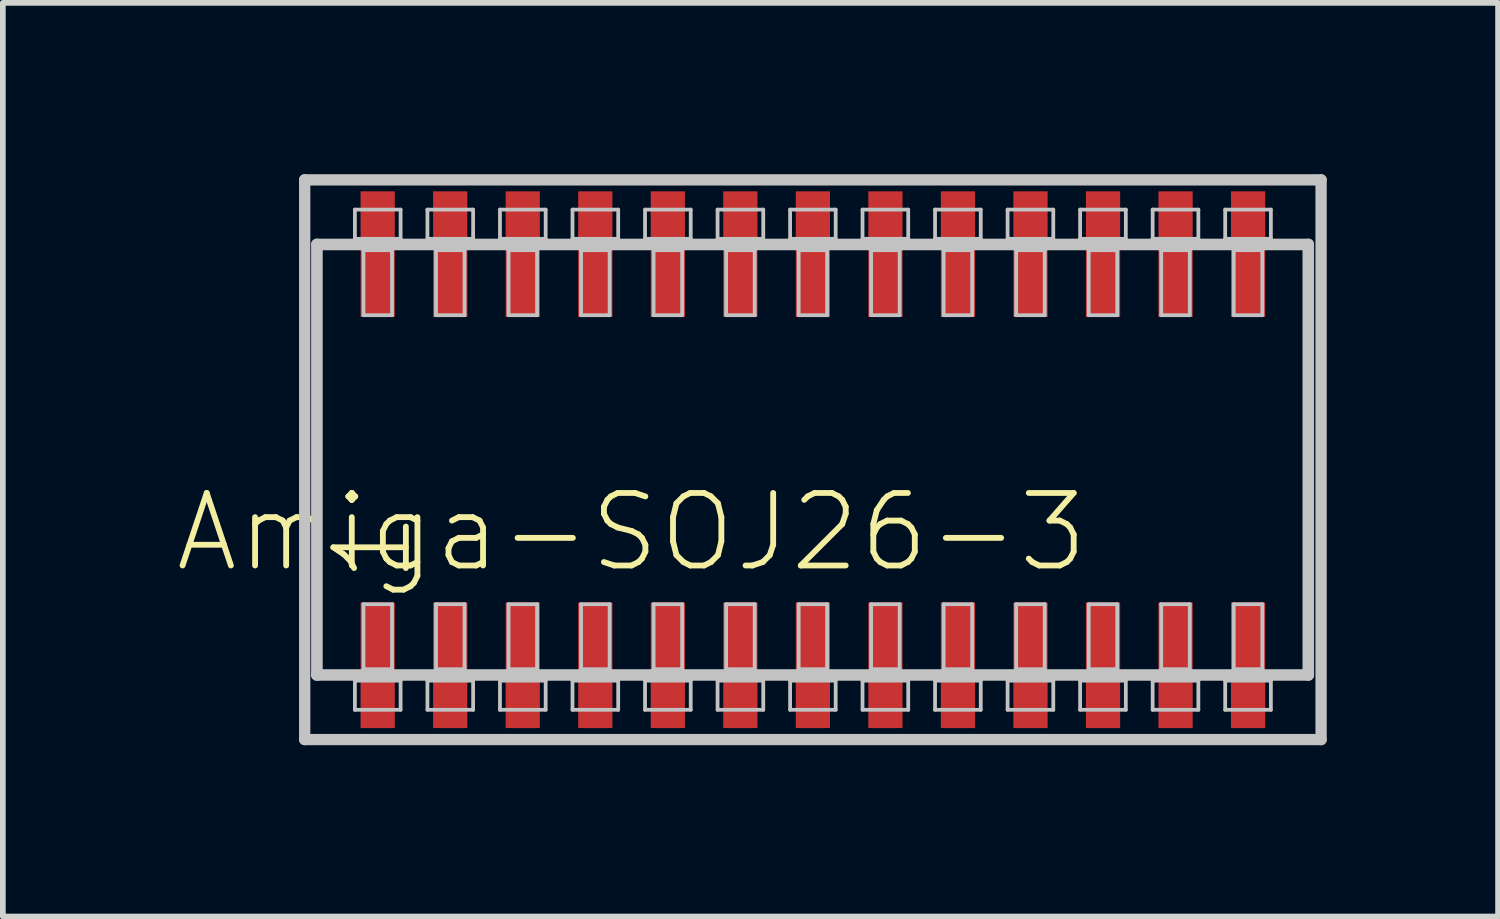
<source format=kicad_pcb>
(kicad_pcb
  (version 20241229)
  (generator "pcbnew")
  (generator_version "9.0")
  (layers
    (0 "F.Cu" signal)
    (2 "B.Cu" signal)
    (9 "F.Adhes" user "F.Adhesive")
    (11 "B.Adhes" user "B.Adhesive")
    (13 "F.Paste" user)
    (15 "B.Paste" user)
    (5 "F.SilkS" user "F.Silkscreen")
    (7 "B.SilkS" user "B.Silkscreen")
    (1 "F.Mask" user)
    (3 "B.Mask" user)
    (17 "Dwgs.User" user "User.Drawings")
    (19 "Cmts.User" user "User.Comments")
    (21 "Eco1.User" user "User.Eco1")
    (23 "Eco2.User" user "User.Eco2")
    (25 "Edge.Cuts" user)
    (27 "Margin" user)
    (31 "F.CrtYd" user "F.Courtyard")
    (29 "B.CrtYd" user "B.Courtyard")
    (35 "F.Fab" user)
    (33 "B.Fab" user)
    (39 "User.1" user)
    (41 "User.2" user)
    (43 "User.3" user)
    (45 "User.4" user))
  (footprint "Amiga-SOJ26-3"
    (layer "F.Cu")
    (at 11.183 4.999)
    (property "Reference" "Amiga-SOJ26-3" (at -3.175 1.27 0) (layer "F.SilkS") (effects (font (size 1.27 1.27) (thickness 0.102))))
    (attr smd)
    (fp_line (start -8.898 -4.9) (end 8.898 -4.9) (stroke (width 0.198) (type solid)) (layer "Dwgs.User"))
    (fp_line (start -8.898 4.9) (end -8.898 -4.9) (stroke (width 0.198) (type solid)) (layer "Dwgs.User"))
    (fp_line (start -8.684 -3.769) (end 8.674 -3.769) (stroke (width 0.203) (type solid)) (layer "Dwgs.User"))
    (fp_line (start -8.684 3.769) (end -8.684 -3.769) (stroke (width 0.203) (type solid)) (layer "Dwgs.User"))
    (fp_line (start -8.019 -4.379) (end -7.219 -4.379) (stroke (width 0.066) (type solid)) (layer "Dwgs.User"))
    (fp_line (start -8.019 -3.868) (end -8.019 -4.379) (stroke (width 0.066) (type solid)) (layer "Dwgs.User"))
    (fp_line (start -8.019 -3.868) (end -7.219 -3.868) (stroke (width 0.066) (type solid)) (layer "Dwgs.User"))
    (fp_line (start -8.019 3.868) (end -7.219 3.868) (stroke (width 0.066) (type solid)) (layer "Dwgs.User"))
    (fp_line (start -8.019 4.379) (end -8.019 3.868) (stroke (width 0.066) (type solid)) (layer "Dwgs.User"))
    (fp_line (start -8.019 4.379) (end -7.219 4.379) (stroke (width 0.066) (type solid)) (layer "Dwgs.User"))
    (fp_line (start -7.869 -3.668) (end -7.369 -3.668) (stroke (width 0.066) (type solid)) (layer "Dwgs.User"))
    (fp_line (start -7.869 -2.53) (end -7.869 -3.668) (stroke (width 0.066) (type solid)) (layer "Dwgs.User"))
    (fp_line (start -7.869 -2.53) (end -7.369 -2.53) (stroke (width 0.066) (type solid)) (layer "Dwgs.User"))
    (fp_line (start -7.869 2.53) (end -7.369 2.53) (stroke (width 0.066) (type solid)) (layer "Dwgs.User"))
    (fp_line (start -7.869 3.668) (end -7.869 2.53) (stroke (width 0.066) (type solid)) (layer "Dwgs.User"))
    (fp_line (start -7.869 3.668) (end -7.369 3.668) (stroke (width 0.066) (type solid)) (layer "Dwgs.User"))
    (fp_line (start -7.369 -2.53) (end -7.369 -3.668) (stroke (width 0.066) (type solid)) (layer "Dwgs.User"))
    (fp_line (start -7.369 3.668) (end -7.369 2.53) (stroke (width 0.066) (type solid)) (layer "Dwgs.User"))
    (fp_line (start -7.219 -3.868) (end -7.219 -4.379) (stroke (width 0.066) (type solid)) (layer "Dwgs.User"))
    (fp_line (start -7.219 4.379) (end -7.219 3.868) (stroke (width 0.066) (type solid)) (layer "Dwgs.User"))
    (fp_line (start -6.749 -4.379) (end -5.949 -4.379) (stroke (width 0.066) (type solid)) (layer "Dwgs.User"))
    (fp_line (start -6.749 -3.868) (end -6.749 -4.379) (stroke (width 0.066) (type solid)) (layer "Dwgs.User"))
    (fp_line (start -6.749 -3.868) (end -5.949 -3.868) (stroke (width 0.066) (type solid)) (layer "Dwgs.User"))
    (fp_line (start -6.749 3.868) (end -5.949 3.868) (stroke (width 0.066) (type solid)) (layer "Dwgs.User"))
    (fp_line (start -6.749 4.379) (end -6.749 3.868) (stroke (width 0.066) (type solid)) (layer "Dwgs.User"))
    (fp_line (start -6.749 4.379) (end -5.949 4.379) (stroke (width 0.066) (type solid)) (layer "Dwgs.User"))
    (fp_line (start -6.599 -3.668) (end -6.099 -3.668) (stroke (width 0.066) (type solid)) (layer "Dwgs.User"))
    (fp_line (start -6.599 -2.53) (end -6.599 -3.668) (stroke (width 0.066) (type solid)) (layer "Dwgs.User"))
    (fp_line (start -6.599 -2.53) (end -6.099 -2.53) (stroke (width 0.066) (type solid)) (layer "Dwgs.User"))
    (fp_line (start -6.599 2.53) (end -6.099 2.53) (stroke (width 0.066) (type solid)) (layer "Dwgs.User"))
    (fp_line (start -6.599 3.668) (end -6.599 2.53) (stroke (width 0.066) (type solid)) (layer "Dwgs.User"))
    (fp_line (start -6.599 3.668) (end -6.099 3.668) (stroke (width 0.066) (type solid)) (layer "Dwgs.User"))
    (fp_line (start -6.099 -2.53) (end -6.099 -3.668) (stroke (width 0.066) (type solid)) (layer "Dwgs.User"))
    (fp_line (start -6.099 3.668) (end -6.099 2.53) (stroke (width 0.066) (type solid)) (layer "Dwgs.User"))
    (fp_line (start -5.949 -3.868) (end -5.949 -4.379) (stroke (width 0.066) (type solid)) (layer "Dwgs.User"))
    (fp_line (start -5.949 4.379) (end -5.949 3.868) (stroke (width 0.066) (type solid)) (layer "Dwgs.User"))
    (fp_line (start -5.479 -4.379) (end -4.679 -4.379) (stroke (width 0.066) (type solid)) (layer "Dwgs.User"))
    (fp_line (start -5.479 -3.868) (end -5.479 -4.379) (stroke (width 0.066) (type solid)) (layer "Dwgs.User"))
    (fp_line (start -5.479 -3.868) (end -4.679 -3.868) (stroke (width 0.066) (type solid)) (layer "Dwgs.User"))
    (fp_line (start -5.479 3.868) (end -4.679 3.868) (stroke (width 0.066) (type solid)) (layer "Dwgs.User"))
    (fp_line (start -5.479 4.379) (end -5.479 3.868) (stroke (width 0.066) (type solid)) (layer "Dwgs.User"))
    (fp_line (start -5.479 4.379) (end -4.679 4.379) (stroke (width 0.066) (type solid)) (layer "Dwgs.User"))
    (fp_line (start -5.329 -3.668) (end -4.829 -3.668) (stroke (width 0.066) (type solid)) (layer "Dwgs.User"))
    (fp_line (start -5.329 -2.53) (end -5.329 -3.668) (stroke (width 0.066) (type solid)) (layer "Dwgs.User"))
    (fp_line (start -5.329 -2.53) (end -4.829 -2.53) (stroke (width 0.066) (type solid)) (layer "Dwgs.User"))
    (fp_line (start -5.329 2.53) (end -4.829 2.53) (stroke (width 0.066) (type solid)) (layer "Dwgs.User"))
    (fp_line (start -5.329 3.668) (end -5.329 2.53) (stroke (width 0.066) (type solid)) (layer "Dwgs.User"))
    (fp_line (start -5.329 3.668) (end -4.829 3.668) (stroke (width 0.066) (type solid)) (layer "Dwgs.User"))
    (fp_line (start -4.829 -2.53) (end -4.829 -3.668) (stroke (width 0.066) (type solid)) (layer "Dwgs.User"))
    (fp_line (start -4.829 3.668) (end -4.829 2.53) (stroke (width 0.066) (type solid)) (layer "Dwgs.User"))
    (fp_line (start -4.679 -3.868) (end -4.679 -4.379) (stroke (width 0.066) (type solid)) (layer "Dwgs.User"))
    (fp_line (start -4.679 4.379) (end -4.679 3.868) (stroke (width 0.066) (type solid)) (layer "Dwgs.User"))
    (fp_line (start -4.209 -4.379) (end -3.409 -4.379) (stroke (width 0.066) (type solid)) (layer "Dwgs.User"))
    (fp_line (start -4.209 -3.868) (end -4.209 -4.379) (stroke (width 0.066) (type solid)) (layer "Dwgs.User"))
    (fp_line (start -4.209 -3.868) (end -3.409 -3.868) (stroke (width 0.066) (type solid)) (layer "Dwgs.User"))
    (fp_line (start -4.209 3.868) (end -3.409 3.868) (stroke (width 0.066) (type solid)) (layer "Dwgs.User"))
    (fp_line (start -4.209 4.379) (end -4.209 3.868) (stroke (width 0.066) (type solid)) (layer "Dwgs.User"))
    (fp_line (start -4.209 4.379) (end -3.409 4.379) (stroke (width 0.066) (type solid)) (layer "Dwgs.User"))
    (fp_line (start -4.059 -3.668) (end -3.559 -3.668) (stroke (width 0.066) (type solid)) (layer "Dwgs.User"))
    (fp_line (start -4.059 -2.53) (end -4.059 -3.668) (stroke (width 0.066) (type solid)) (layer "Dwgs.User"))
    (fp_line (start -4.059 -2.53) (end -3.559 -2.53) (stroke (width 0.066) (type solid)) (layer "Dwgs.User"))
    (fp_line (start -4.059 2.53) (end -3.559 2.53) (stroke (width 0.066) (type solid)) (layer "Dwgs.User"))
    (fp_line (start -4.059 3.668) (end -4.059 2.53) (stroke (width 0.066) (type solid)) (layer "Dwgs.User"))
    (fp_line (start -4.059 3.668) (end -3.559 3.668) (stroke (width 0.066) (type solid)) (layer "Dwgs.User"))
    (fp_line (start -3.559 -2.53) (end -3.559 -3.668) (stroke (width 0.066) (type solid)) (layer "Dwgs.User"))
    (fp_line (start -3.559 3.668) (end -3.559 2.53) (stroke (width 0.066) (type solid)) (layer "Dwgs.User"))
    (fp_line (start -3.409 -3.868) (end -3.409 -4.379) (stroke (width 0.066) (type solid)) (layer "Dwgs.User"))
    (fp_line (start -3.409 4.379) (end -3.409 3.868) (stroke (width 0.066) (type solid)) (layer "Dwgs.User"))
    (fp_line (start -2.939 -4.379) (end -2.139 -4.379) (stroke (width 0.066) (type solid)) (layer "Dwgs.User"))
    (fp_line (start -2.939 -3.868) (end -2.939 -4.379) (stroke (width 0.066) (type solid)) (layer "Dwgs.User"))
    (fp_line (start -2.939 -3.868) (end -2.139 -3.868) (stroke (width 0.066) (type solid)) (layer "Dwgs.User"))
    (fp_line (start -2.939 3.868) (end -2.139 3.868) (stroke (width 0.066) (type solid)) (layer "Dwgs.User"))
    (fp_line (start -2.939 4.379) (end -2.939 3.868) (stroke (width 0.066) (type solid)) (layer "Dwgs.User"))
    (fp_line (start -2.939 4.379) (end -2.139 4.379) (stroke (width 0.066) (type solid)) (layer "Dwgs.User"))
    (fp_line (start -2.789 -3.668) (end -2.289 -3.668) (stroke (width 0.066) (type solid)) (layer "Dwgs.User"))
    (fp_line (start -2.789 -2.53) (end -2.789 -3.668) (stroke (width 0.066) (type solid)) (layer "Dwgs.User"))
    (fp_line (start -2.789 -2.53) (end -2.289 -2.53) (stroke (width 0.066) (type solid)) (layer "Dwgs.User"))
    (fp_line (start -2.789 2.53) (end -2.289 2.53) (stroke (width 0.066) (type solid)) (layer "Dwgs.User"))
    (fp_line (start -2.789 3.668) (end -2.789 2.53) (stroke (width 0.066) (type solid)) (layer "Dwgs.User"))
    (fp_line (start -2.789 3.668) (end -2.289 3.668) (stroke (width 0.066) (type solid)) (layer "Dwgs.User"))
    (fp_line (start -2.289 -2.53) (end -2.289 -3.668) (stroke (width 0.066) (type solid)) (layer "Dwgs.User"))
    (fp_line (start -2.289 3.668) (end -2.289 2.53) (stroke (width 0.066) (type solid)) (layer "Dwgs.User"))
    (fp_line (start -2.139 -3.868) (end -2.139 -4.379) (stroke (width 0.066) (type solid)) (layer "Dwgs.User"))
    (fp_line (start -2.139 4.379) (end -2.139 3.868) (stroke (width 0.066) (type solid)) (layer "Dwgs.User"))
    (fp_line (start -1.669 -4.379) (end -0.869 -4.379) (stroke (width 0.066) (type solid)) (layer "Dwgs.User"))
    (fp_line (start -1.669 -3.868) (end -1.669 -4.379) (stroke (width 0.066) (type solid)) (layer "Dwgs.User"))
    (fp_line (start -1.669 -3.868) (end -0.869 -3.868) (stroke (width 0.066) (type solid)) (layer "Dwgs.User"))
    (fp_line (start -1.669 3.868) (end -0.869 3.868) (stroke (width 0.066) (type solid)) (layer "Dwgs.User"))
    (fp_line (start -1.669 4.379) (end -1.669 3.868) (stroke (width 0.066) (type solid)) (layer "Dwgs.User"))
    (fp_line (start -1.669 4.379) (end -0.869 4.379) (stroke (width 0.066) (type solid)) (layer "Dwgs.User"))
    (fp_line (start -1.519 -3.668) (end -1.019 -3.668) (stroke (width 0.066) (type solid)) (layer "Dwgs.User"))
    (fp_line (start -1.519 -2.53) (end -1.519 -3.668) (stroke (width 0.066) (type solid)) (layer "Dwgs.User"))
    (fp_line (start -1.519 -2.53) (end -1.019 -2.53) (stroke (width 0.066) (type solid)) (layer "Dwgs.User"))
    (fp_line (start -1.519 2.53) (end -1.019 2.53) (stroke (width 0.066) (type solid)) (layer "Dwgs.User"))
    (fp_line (start -1.519 3.668) (end -1.519 2.53) (stroke (width 0.066) (type solid)) (layer "Dwgs.User"))
    (fp_line (start -1.519 3.668) (end -1.019 3.668) (stroke (width 0.066) (type solid)) (layer "Dwgs.User"))
    (fp_line (start -1.019 -2.53) (end -1.019 -3.668) (stroke (width 0.066) (type solid)) (layer "Dwgs.User"))
    (fp_line (start -1.019 3.668) (end -1.019 2.53) (stroke (width 0.066) (type solid)) (layer "Dwgs.User"))
    (fp_line (start -0.869 -3.868) (end -0.869 -4.379) (stroke (width 0.066) (type solid)) (layer "Dwgs.User"))
    (fp_line (start -0.869 4.379) (end -0.869 3.868) (stroke (width 0.066) (type solid)) (layer "Dwgs.User"))
    (fp_line (start -0.399 -4.379) (end 0.399 -4.379) (stroke (width 0.066) (type solid)) (layer "Dwgs.User"))
    (fp_line (start -0.399 -3.868) (end -0.399 -4.379) (stroke (width 0.066) (type solid)) (layer "Dwgs.User"))
    (fp_line (start -0.399 -3.868) (end 0.399 -3.868) (stroke (width 0.066) (type solid)) (layer "Dwgs.User"))
    (fp_line (start -0.399 3.868) (end 0.399 3.868) (stroke (width 0.066) (type solid)) (layer "Dwgs.User"))
    (fp_line (start -0.399 4.379) (end -0.399 3.868) (stroke (width 0.066) (type solid)) (layer "Dwgs.User"))
    (fp_line (start -0.399 4.379) (end 0.399 4.379) (stroke (width 0.066) (type solid)) (layer "Dwgs.User"))
    (fp_line (start -0.249 -3.668) (end 0.249 -3.668) (stroke (width 0.066) (type solid)) (layer "Dwgs.User"))
    (fp_line (start -0.249 -2.53) (end -0.249 -3.668) (stroke (width 0.066) (type solid)) (layer "Dwgs.User"))
    (fp_line (start -0.249 -2.53) (end 0.249 -2.53) (stroke (width 0.066) (type solid)) (layer "Dwgs.User"))
    (fp_line (start -0.249 2.53) (end 0.249 2.53) (stroke (width 0.066) (type solid)) (layer "Dwgs.User"))
    (fp_line (start -0.249 3.668) (end -0.249 2.53) (stroke (width 0.066) (type solid)) (layer "Dwgs.User"))
    (fp_line (start -0.249 3.668) (end 0.249 3.668) (stroke (width 0.066) (type solid)) (layer "Dwgs.User"))
    (fp_line (start 0.249 -2.53) (end 0.249 -3.668) (stroke (width 0.066) (type solid)) (layer "Dwgs.User"))
    (fp_line (start 0.249 3.668) (end 0.249 2.53) (stroke (width 0.066) (type solid)) (layer "Dwgs.User"))
    (fp_line (start 0.399 -3.868) (end 0.399 -4.379) (stroke (width 0.066) (type solid)) (layer "Dwgs.User"))
    (fp_line (start 0.399 4.379) (end 0.399 3.868) (stroke (width 0.066) (type solid)) (layer "Dwgs.User"))
    (fp_line (start 0.869 -4.379) (end 1.669 -4.379) (stroke (width 0.066) (type solid)) (layer "Dwgs.User"))
    (fp_line (start 0.869 -3.868) (end 0.869 -4.379) (stroke (width 0.066) (type solid)) (layer "Dwgs.User"))
    (fp_line (start 0.869 -3.868) (end 1.669 -3.868) (stroke (width 0.066) (type solid)) (layer "Dwgs.User"))
    (fp_line (start 0.869 3.868) (end 1.669 3.868) (stroke (width 0.066) (type solid)) (layer "Dwgs.User"))
    (fp_line (start 0.869 4.379) (end 0.869 3.868) (stroke (width 0.066) (type solid)) (layer "Dwgs.User"))
    (fp_line (start 0.869 4.379) (end 1.669 4.379) (stroke (width 0.066) (type solid)) (layer "Dwgs.User"))
    (fp_line (start 1.019 -3.668) (end 1.519 -3.668) (stroke (width 0.066) (type solid)) (layer "Dwgs.User"))
    (fp_line (start 1.019 -2.53) (end 1.019 -3.668) (stroke (width 0.066) (type solid)) (layer "Dwgs.User"))
    (fp_line (start 1.019 -2.53) (end 1.519 -2.53) (stroke (width 0.066) (type solid)) (layer "Dwgs.User"))
    (fp_line (start 1.019 2.53) (end 1.519 2.53) (stroke (width 0.066) (type solid)) (layer "Dwgs.User"))
    (fp_line (start 1.019 3.668) (end 1.019 2.53) (stroke (width 0.066) (type solid)) (layer "Dwgs.User"))
    (fp_line (start 1.019 3.668) (end 1.519 3.668) (stroke (width 0.066) (type solid)) (layer "Dwgs.User"))
    (fp_line (start 1.519 -2.53) (end 1.519 -3.668) (stroke (width 0.066) (type solid)) (layer "Dwgs.User"))
    (fp_line (start 1.519 3.668) (end 1.519 2.53) (stroke (width 0.066) (type solid)) (layer "Dwgs.User"))
    (fp_line (start 1.669 -3.868) (end 1.669 -4.379) (stroke (width 0.066) (type solid)) (layer "Dwgs.User"))
    (fp_line (start 1.669 4.379) (end 1.669 3.868) (stroke (width 0.066) (type solid)) (layer "Dwgs.User"))
    (fp_line (start 2.139 -4.379) (end 2.939 -4.379) (stroke (width 0.066) (type solid)) (layer "Dwgs.User"))
    (fp_line (start 2.139 -3.868) (end 2.139 -4.379) (stroke (width 0.066) (type solid)) (layer "Dwgs.User"))
    (fp_line (start 2.139 -3.868) (end 2.939 -3.868) (stroke (width 0.066) (type solid)) (layer "Dwgs.User"))
    (fp_line (start 2.139 3.868) (end 2.939 3.868) (stroke (width 0.066) (type solid)) (layer "Dwgs.User"))
    (fp_line (start 2.139 4.379) (end 2.139 3.868) (stroke (width 0.066) (type solid)) (layer "Dwgs.User"))
    (fp_line (start 2.139 4.379) (end 2.939 4.379) (stroke (width 0.066) (type solid)) (layer "Dwgs.User"))
    (fp_line (start 2.289 -3.668) (end 2.789 -3.668) (stroke (width 0.066) (type solid)) (layer "Dwgs.User"))
    (fp_line (start 2.289 -2.53) (end 2.289 -3.668) (stroke (width 0.066) (type solid)) (layer "Dwgs.User"))
    (fp_line (start 2.289 -2.53) (end 2.789 -2.53) (stroke (width 0.066) (type solid)) (layer "Dwgs.User"))
    (fp_line (start 2.289 2.53) (end 2.789 2.53) (stroke (width 0.066) (type solid)) (layer "Dwgs.User"))
    (fp_line (start 2.289 3.668) (end 2.289 2.53) (stroke (width 0.066) (type solid)) (layer "Dwgs.User"))
    (fp_line (start 2.289 3.668) (end 2.789 3.668) (stroke (width 0.066) (type solid)) (layer "Dwgs.User"))
    (fp_line (start 2.789 -2.53) (end 2.789 -3.668) (stroke (width 0.066) (type solid)) (layer "Dwgs.User"))
    (fp_line (start 2.789 3.668) (end 2.789 2.53) (stroke (width 0.066) (type solid)) (layer "Dwgs.User"))
    (fp_line (start 2.939 -3.868) (end 2.939 -4.379) (stroke (width 0.066) (type solid)) (layer "Dwgs.User"))
    (fp_line (start 2.939 4.379) (end 2.939 3.868) (stroke (width 0.066) (type solid)) (layer "Dwgs.User"))
    (fp_line (start 3.409 -4.379) (end 4.209 -4.379) (stroke (width 0.066) (type solid)) (layer "Dwgs.User"))
    (fp_line (start 3.409 -3.868) (end 3.409 -4.379) (stroke (width 0.066) (type solid)) (layer "Dwgs.User"))
    (fp_line (start 3.409 -3.868) (end 4.209 -3.868) (stroke (width 0.066) (type solid)) (layer "Dwgs.User"))
    (fp_line (start 3.409 3.868) (end 4.209 3.868) (stroke (width 0.066) (type solid)) (layer "Dwgs.User"))
    (fp_line (start 3.409 4.379) (end 3.409 3.868) (stroke (width 0.066) (type solid)) (layer "Dwgs.User"))
    (fp_line (start 3.409 4.379) (end 4.209 4.379) (stroke (width 0.066) (type solid)) (layer "Dwgs.User"))
    (fp_line (start 3.559 -3.668) (end 4.059 -3.668) (stroke (width 0.066) (type solid)) (layer "Dwgs.User"))
    (fp_line (start 3.559 -2.53) (end 3.559 -3.668) (stroke (width 0.066) (type solid)) (layer "Dwgs.User"))
    (fp_line (start 3.559 -2.53) (end 4.059 -2.53) (stroke (width 0.066) (type solid)) (layer "Dwgs.User"))
    (fp_line (start 3.559 2.53) (end 4.059 2.53) (stroke (width 0.066) (type solid)) (layer "Dwgs.User"))
    (fp_line (start 3.559 3.668) (end 3.559 2.53) (stroke (width 0.066) (type solid)) (layer "Dwgs.User"))
    (fp_line (start 3.559 3.668) (end 4.059 3.668) (stroke (width 0.066) (type solid)) (layer "Dwgs.User"))
    (fp_line (start 4.059 -2.53) (end 4.059 -3.668) (stroke (width 0.066) (type solid)) (layer "Dwgs.User"))
    (fp_line (start 4.059 3.668) (end 4.059 2.53) (stroke (width 0.066) (type solid)) (layer "Dwgs.User"))
    (fp_line (start 4.209 -3.868) (end 4.209 -4.379) (stroke (width 0.066) (type solid)) (layer "Dwgs.User"))
    (fp_line (start 4.209 4.379) (end 4.209 3.868) (stroke (width 0.066) (type solid)) (layer "Dwgs.User"))
    (fp_line (start 4.679 -4.379) (end 5.479 -4.379) (stroke (width 0.066) (type solid)) (layer "Dwgs.User"))
    (fp_line (start 4.679 -3.868) (end 4.679 -4.379) (stroke (width 0.066) (type solid)) (layer "Dwgs.User"))
    (fp_line (start 4.679 -3.868) (end 5.479 -3.868) (stroke (width 0.066) (type solid)) (layer "Dwgs.User"))
    (fp_line (start 4.679 3.868) (end 5.479 3.868) (stroke (width 0.066) (type solid)) (layer "Dwgs.User"))
    (fp_line (start 4.679 4.379) (end 4.679 3.868) (stroke (width 0.066) (type solid)) (layer "Dwgs.User"))
    (fp_line (start 4.679 4.379) (end 5.479 4.379) (stroke (width 0.066) (type solid)) (layer "Dwgs.User"))
    (fp_line (start 4.829 -3.668) (end 5.329 -3.668) (stroke (width 0.066) (type solid)) (layer "Dwgs.User"))
    (fp_line (start 4.829 -2.53) (end 4.829 -3.668) (stroke (width 0.066) (type solid)) (layer "Dwgs.User"))
    (fp_line (start 4.829 -2.53) (end 5.329 -2.53) (stroke (width 0.066) (type solid)) (layer "Dwgs.User"))
    (fp_line (start 4.829 2.53) (end 5.329 2.53) (stroke (width 0.066) (type solid)) (layer "Dwgs.User"))
    (fp_line (start 4.829 3.668) (end 4.829 2.53) (stroke (width 0.066) (type solid)) (layer "Dwgs.User"))
    (fp_line (start 4.829 3.668) (end 5.329 3.668) (stroke (width 0.066) (type solid)) (layer "Dwgs.User"))
    (fp_line (start 5.329 -2.53) (end 5.329 -3.668) (stroke (width 0.066) (type solid)) (layer "Dwgs.User"))
    (fp_line (start 5.329 3.668) (end 5.329 2.53) (stroke (width 0.066) (type solid)) (layer "Dwgs.User"))
    (fp_line (start 5.479 -3.868) (end 5.479 -4.379) (stroke (width 0.066) (type solid)) (layer "Dwgs.User"))
    (fp_line (start 5.479 4.379) (end 5.479 3.868) (stroke (width 0.066) (type solid)) (layer "Dwgs.User"))
    (fp_line (start 5.949 -4.379) (end 6.749 -4.379) (stroke (width 0.066) (type solid)) (layer "Dwgs.User"))
    (fp_line (start 5.949 -3.868) (end 5.949 -4.379) (stroke (width 0.066) (type solid)) (layer "Dwgs.User"))
    (fp_line (start 5.949 -3.868) (end 6.749 -3.868) (stroke (width 0.066) (type solid)) (layer "Dwgs.User"))
    (fp_line (start 5.949 3.868) (end 6.749 3.868) (stroke (width 0.066) (type solid)) (layer "Dwgs.User"))
    (fp_line (start 5.949 4.379) (end 5.949 3.868) (stroke (width 0.066) (type solid)) (layer "Dwgs.User"))
    (fp_line (start 5.949 4.379) (end 6.749 4.379) (stroke (width 0.066) (type solid)) (layer "Dwgs.User"))
    (fp_line (start 6.099 -3.668) (end 6.599 -3.668) (stroke (width 0.066) (type solid)) (layer "Dwgs.User"))
    (fp_line (start 6.099 -2.53) (end 6.099 -3.668) (stroke (width 0.066) (type solid)) (layer "Dwgs.User"))
    (fp_line (start 6.099 -2.53) (end 6.599 -2.53) (stroke (width 0.066) (type solid)) (layer "Dwgs.User"))
    (fp_line (start 6.099 2.53) (end 6.599 2.53) (stroke (width 0.066) (type solid)) (layer "Dwgs.User"))
    (fp_line (start 6.099 3.668) (end 6.099 2.53) (stroke (width 0.066) (type solid)) (layer "Dwgs.User"))
    (fp_line (start 6.099 3.668) (end 6.599 3.668) (stroke (width 0.066) (type solid)) (layer "Dwgs.User"))
    (fp_line (start 6.599 -2.53) (end 6.599 -3.668) (stroke (width 0.066) (type solid)) (layer "Dwgs.User"))
    (fp_line (start 6.599 3.668) (end 6.599 2.53) (stroke (width 0.066) (type solid)) (layer "Dwgs.User"))
    (fp_line (start 6.749 -3.868) (end 6.749 -4.379) (stroke (width 0.066) (type solid)) (layer "Dwgs.User"))
    (fp_line (start 6.749 4.379) (end 6.749 3.868) (stroke (width 0.066) (type solid)) (layer "Dwgs.User"))
    (fp_line (start 7.219 -4.379) (end 8.019 -4.379) (stroke (width 0.066) (type solid)) (layer "Dwgs.User"))
    (fp_line (start 7.219 -3.868) (end 7.219 -4.379) (stroke (width 0.066) (type solid)) (layer "Dwgs.User"))
    (fp_line (start 7.219 -3.868) (end 8.019 -3.868) (stroke (width 0.066) (type solid)) (layer "Dwgs.User"))
    (fp_line (start 7.219 3.868) (end 8.019 3.868) (stroke (width 0.066) (type solid)) (layer "Dwgs.User"))
    (fp_line (start 7.219 4.379) (end 7.219 3.868) (stroke (width 0.066) (type solid)) (layer "Dwgs.User"))
    (fp_line (start 7.219 4.379) (end 8.019 4.379) (stroke (width 0.066) (type solid)) (layer "Dwgs.User"))
    (fp_line (start 7.369 -3.668) (end 7.869 -3.668) (stroke (width 0.066) (type solid)) (layer "Dwgs.User"))
    (fp_line (start 7.369 -2.53) (end 7.369 -3.668) (stroke (width 0.066) (type solid)) (layer "Dwgs.User"))
    (fp_line (start 7.369 -2.53) (end 7.869 -2.53) (stroke (width 0.066) (type solid)) (layer "Dwgs.User"))
    (fp_line (start 7.369 2.53) (end 7.869 2.53) (stroke (width 0.066) (type solid)) (layer "Dwgs.User"))
    (fp_line (start 7.369 3.668) (end 7.369 2.53) (stroke (width 0.066) (type solid)) (layer "Dwgs.User"))
    (fp_line (start 7.369 3.668) (end 7.869 3.668) (stroke (width 0.066) (type solid)) (layer "Dwgs.User"))
    (fp_line (start 7.869 -2.53) (end 7.869 -3.668) (stroke (width 0.066) (type solid)) (layer "Dwgs.User"))
    (fp_line (start 7.869 3.668) (end 7.869 2.53) (stroke (width 0.066) (type solid)) (layer "Dwgs.User"))
    (fp_line (start 8.019 -3.868) (end 8.019 -4.379) (stroke (width 0.066) (type solid)) (layer "Dwgs.User"))
    (fp_line (start 8.019 4.379) (end 8.019 3.868) (stroke (width 0.066) (type solid)) (layer "Dwgs.User"))
    (fp_line (start 8.674 -3.769) (end 8.674 3.769) (stroke (width 0.203) (type solid)) (layer "Dwgs.User"))
    (fp_line (start 8.674 3.769) (end -8.684 3.769) (stroke (width 0.203) (type solid)) (layer "Dwgs.User"))
    (fp_line (start 8.898 -4.9) (end 8.898 4.9) (stroke (width 0.198) (type solid)) (layer "Dwgs.User"))
    (fp_line (start 8.898 4.9) (end -8.898 4.9) (stroke (width 0.198) (type solid)) (layer "Dwgs.User"))
    (fp_text user "1" (at -7.709 1.534 90) (layer "F.SilkS") (effects (font (size 1.27 1.27) (thickness 0.102))))
    (pad "1" smd rect (at -7.62 3.599) (size 0.599 2.2) (layers "F.Cu" "F.Mask" "F.Paste"))
    (pad "2" smd rect (at -6.35 3.599) (size 0.599 2.2) (layers "F.Cu" "F.Mask" "F.Paste"))
    (pad "3" smd rect (at -5.08 3.599) (size 0.599 2.2) (layers "F.Cu" "F.Mask" "F.Paste"))
    (pad "4" smd rect (at -3.81 3.599) (size 0.599 2.2) (layers "F.Cu" "F.Mask" "F.Paste"))
    (pad "5" smd rect (at -2.54 3.599) (size 0.599 2.2) (layers "F.Cu" "F.Mask" "F.Paste"))
    (pad "6" smd rect (at -1.27 3.599) (size 0.599 2.2) (layers "F.Cu" "F.Mask" "F.Paste"))
    (pad "7" smd rect (at 0 3.599) (size 0.599 2.2) (layers "F.Cu" "F.Mask" "F.Paste"))
    (pad "8" smd rect (at 1.27 3.599) (size 0.599 2.2) (layers "F.Cu" "F.Mask" "F.Paste"))
    (pad "9" smd rect (at 2.54 3.599) (size 0.599 2.2) (layers "F.Cu" "F.Mask" "F.Paste"))
    (pad "10" smd rect (at 3.81 3.599) (size 0.599 2.2) (layers "F.Cu" "F.Mask" "F.Paste"))
    (pad "11" smd rect (at 5.08 3.599) (size 0.599 2.2) (layers "F.Cu" "F.Mask" "F.Paste"))
    (pad "12" smd rect (at 6.35 3.599) (size 0.599 2.2) (layers "F.Cu" "F.Mask" "F.Paste"))
    (pad "13" smd rect (at 7.62 3.599) (size 0.599 2.2) (layers "F.Cu" "F.Mask" "F.Paste"))
    (pad "14" smd rect (at 7.62 -3.599) (size 0.599 2.2) (layers "F.Cu" "F.Mask" "F.Paste"))
    (pad "15" smd rect (at 6.35 -3.599) (size 0.599 2.2) (layers "F.Cu" "F.Mask" "F.Paste"))
    (pad "16" smd rect (at 5.08 -3.599) (size 0.599 2.2) (layers "F.Cu" "F.Mask" "F.Paste"))
    (pad "17" smd rect (at 3.81 -3.599) (size 0.599 2.2) (layers "F.Cu" "F.Mask" "F.Paste"))
    (pad "18" smd rect (at 2.54 -3.599) (size 0.599 2.2) (layers "F.Cu" "F.Mask" "F.Paste"))
    (pad "19" smd rect (at 1.27 -3.599) (size 0.599 2.2) (layers "F.Cu" "F.Mask" "F.Paste"))
    (pad "20" smd rect (at 0 -3.599) (size 0.599 2.2) (layers "F.Cu" "F.Mask" "F.Paste"))
    (pad "21" smd rect (at -1.27 -3.599) (size 0.599 2.2) (layers "F.Cu" "F.Mask" "F.Paste"))
    (pad "22" smd rect (at -2.54 -3.599) (size 0.599 2.2) (layers "F.Cu" "F.Mask" "F.Paste"))
    (pad "23" smd rect (at -3.81 -3.599) (size 0.599 2.2) (layers "F.Cu" "F.Mask" "F.Paste"))
    (pad "24" smd rect (at -5.08 -3.599) (size 0.599 2.2) (layers "F.Cu" "F.Mask" "F.Paste"))
    (pad "25" smd rect (at -6.35 -3.599) (size 0.599 2.2) (layers "F.Cu" "F.Mask" "F.Paste"))
    (pad "26" smd rect (at -7.62 -3.599) (size 0.599 2.2) (layers "F.Cu" "F.Mask" "F.Paste")))
  (gr_rect
    (start -3 -3)
    (end 23.18 12.997)
    (stroke (width 0.1) (type default))
    (fill no)
    (layer "Edge.Cuts")))
</source>
